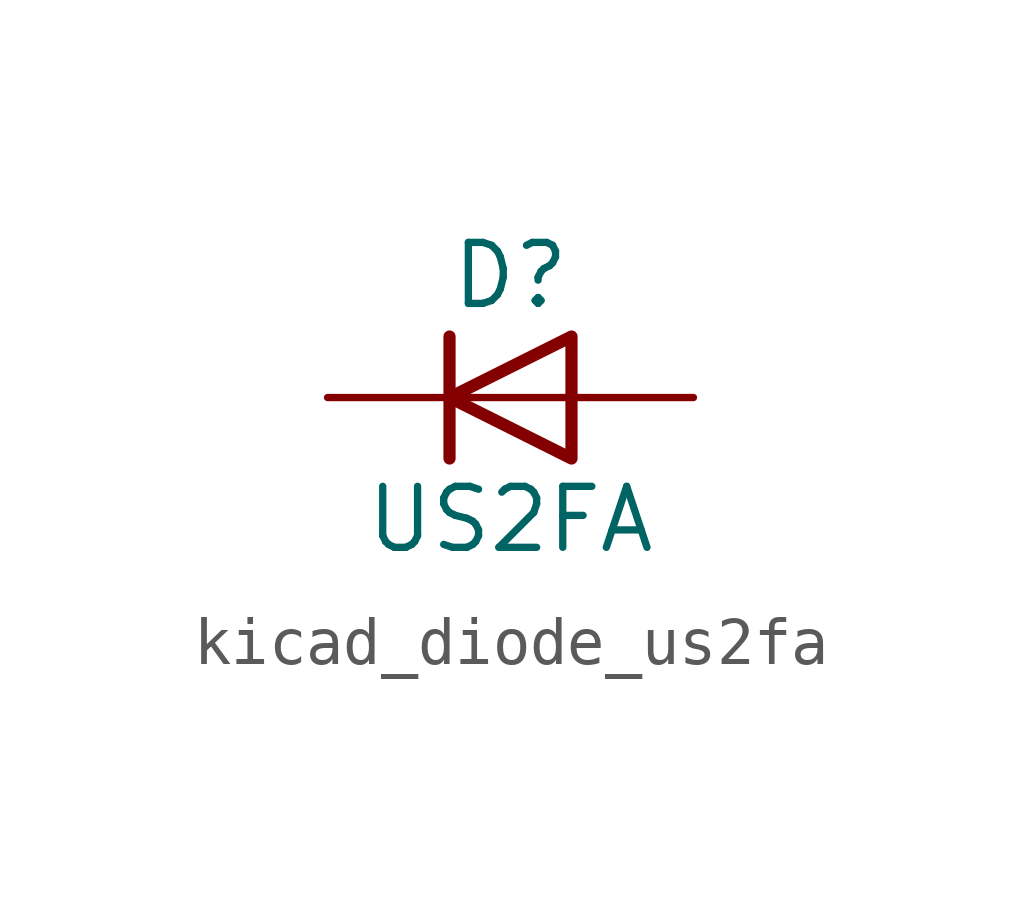
<source format=kicad_sym>
(kicad_symbol_lib
  (version 20220914)
  (generator kicad_symbol_editor)
  (symbol "kicad_diode_us2fa"
    (pin_numbers hide)
    (pin_names hide)
    (property "Reference" "D"
      (at 0 2.54 0)
      (effects (font (size 1.27 1.27))))
    (property "Value" "US2FA"
      (at 0 -2.54 0)
      (effects (font (size 1.27 1.27))))
    (symbol "kicad_diode_us2fa_0_1"
      (polyline (pts (xy -1.27 1.27) (xy -1.27 -1.27)) (stroke (width 0.254) (type default)) (fill (type none)))
      (polyline (pts (xy 1.27 0) (xy -1.27 0)) (stroke (width 0) (type default)) (fill (type none)))
      (polyline (pts (xy 1.27 1.27) (xy 1.27 -1.27) (xy -1.27 0) (xy 1.27 1.27)) (stroke (width 0.254) (type default)) (fill (type none))))
    (symbol "kicad_diode_us2fa_1_1"
      (pin passive line (at -3.81 0 0) (length 2.54) (name "K" (effects (font (size 1.27 1.27)))) (number "1" (effects (font (size 1.27 1.27)))))
      (pin passive line (at 3.81 0 180) (length 2.54) (name "A" (effects (font (size 1.27 1.27)))) (number "2" (effects (font (size 1.27 1.27))))))))
</source>
